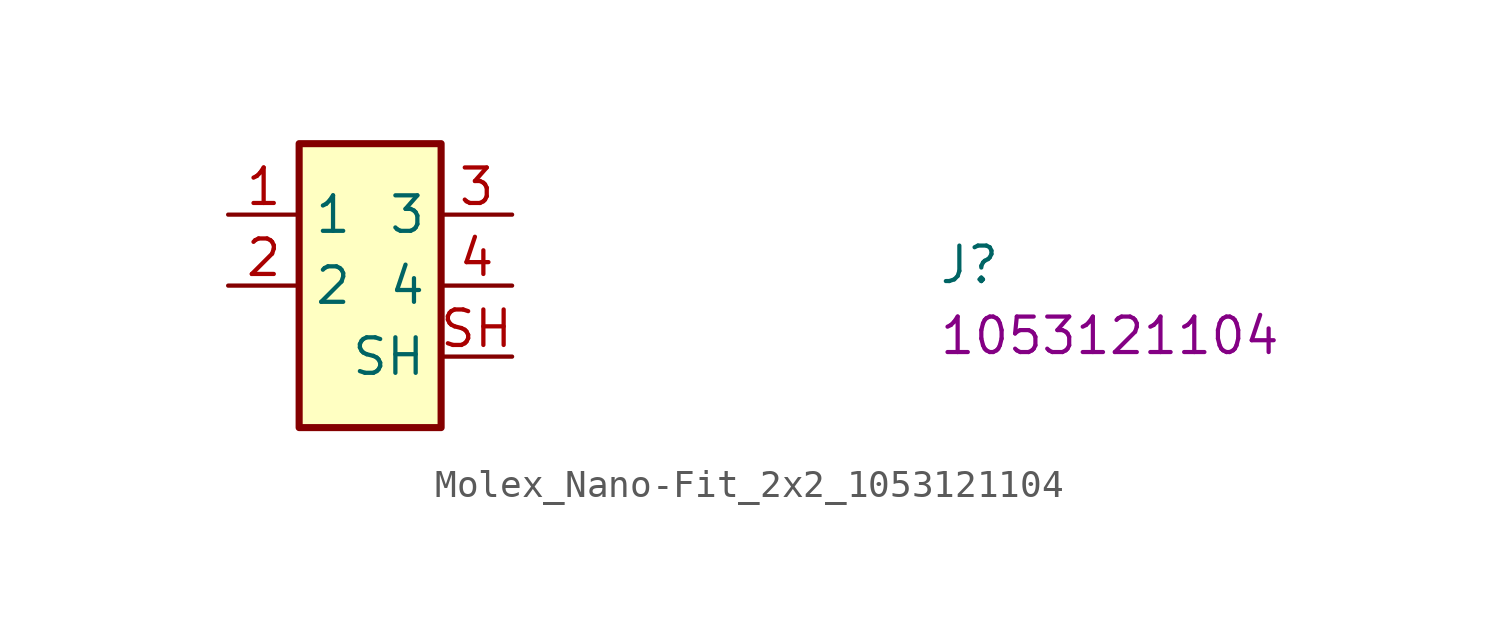
<source format=kicad_sym>
(kicad_symbol_lib
  (version 20220914)
  (generator kicad_symbol_editor)
  (symbol "Molex_Nano-Fit_2x2_1053121104"
    (property "Reference" "J"
      (at 25.4 -2.54 0)
      (effects (font (size 1.27 1.27) (thickness 0.15)) (justify left bottom)))
    (property "MPN" "1053121104"
      (at 25.4 -5.08 0)
      (effects (font (size 1.27 1.27) (thickness 0.15)) (justify left bottom)))
    (symbol "Molex_Nano-Fit_2x2_1053121104_1_1"
      (rectangle (start 2.54 2.54) (end 7.62 -7.62) (stroke (width 0.254) (type default)) (fill (type background)))
      (pin passive line (at 0 0 0) (length 2.54) (name "1" (effects (font (size 1.27 1.27)))) (number "1" (effects (font (size 1.27 1.27)))))
      (pin passive line (at 0 -2.54 0) (length 2.54) (name "2" (effects (font (size 1.27 1.27)))) (number "2" (effects (font (size 1.27 1.27)))))
      (pin passive line (at 10.16 0 180) (length 2.54) (name "3" (effects (font (size 1.27 1.27)))) (number "3" (effects (font (size 1.27 1.27)))))
      (pin passive line (at 10.16 -2.54 180) (length 2.54) (name "4" (effects (font (size 1.27 1.27)))) (number "4" (effects (font (size 1.27 1.27)))))
      (pin passive line (at 10.16 -5.08 180) (length 2.54) (name "SH" (effects (font (size 1.27 1.27)))) (number "SH" (effects (font (size 1.27 1.27))))))))
</source>
